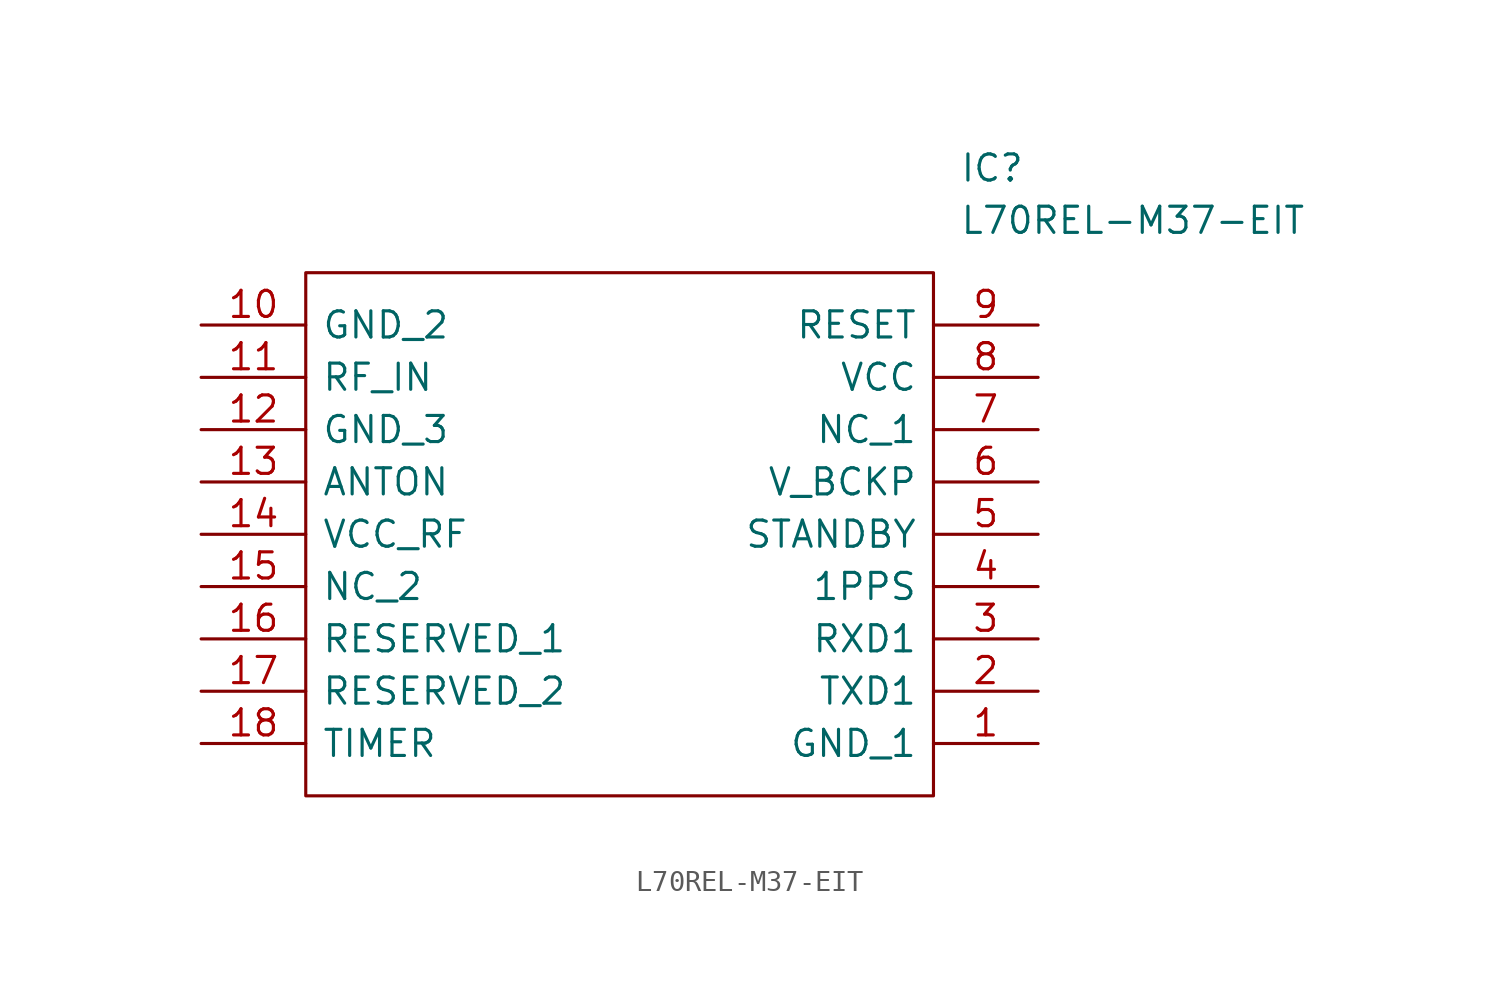
<source format=kicad_sym>
(kicad_symbol_lib
  (version 20211014)
  (generator kicad_symbol_editor)
  (symbol "L70REL-M37-EIT"
    (pin_names
      (offset 0.762))
    (property "Reference" "IC"
      (at 36.83 7.62 0)
      (effects (font (size 1.27 1.27)) (justify left)))
    (property "Value" "L70REL-M37-EIT"
      (at 36.83 5.08 0)
      (effects (font (size 1.27 1.27)) (justify left)))
    (symbol "L70REL-M37-EIT_0_0"
      (pin passive line (at 40.64 -20.32 180) (length 5.08) (name "GND_1" (effects (font (size 1.27 1.27)))) (number "1" (effects (font (size 1.27 1.27)))))
      (pin passive line (at 0 0 0) (length 5.08) (name "GND_2" (effects (font (size 1.27 1.27)))) (number "10" (effects (font (size 1.27 1.27)))))
      (pin passive line (at 0 -2.54 0) (length 5.08) (name "RF_IN" (effects (font (size 1.27 1.27)))) (number "11" (effects (font (size 1.27 1.27)))))
      (pin passive line (at 0 -5.08 0) (length 5.08) (name "GND_3" (effects (font (size 1.27 1.27)))) (number "12" (effects (font (size 1.27 1.27)))))
      (pin passive line (at 0 -7.62 0) (length 5.08) (name "ANTON" (effects (font (size 1.27 1.27)))) (number "13" (effects (font (size 1.27 1.27)))))
      (pin passive line (at 0 -10.16 0) (length 5.08) (name "VCC_RF" (effects (font (size 1.27 1.27)))) (number "14" (effects (font (size 1.27 1.27)))))
      (pin passive line (at 0 -12.7 0) (length 5.08) (name "NC_2" (effects (font (size 1.27 1.27)))) (number "15" (effects (font (size 1.27 1.27)))))
      (pin passive line (at 0 -15.24 0) (length 5.08) (name "RESERVED_1" (effects (font (size 1.27 1.27)))) (number "16" (effects (font (size 1.27 1.27)))))
      (pin passive line (at 0 -17.78 0) (length 5.08) (name "RESERVED_2" (effects (font (size 1.27 1.27)))) (number "17" (effects (font (size 1.27 1.27)))))
      (pin passive line (at 0 -20.32 0) (length 5.08) (name "TIMER" (effects (font (size 1.27 1.27)))) (number "18" (effects (font (size 1.27 1.27)))))
      (pin passive line (at 40.64 -17.78 180) (length 5.08) (name "TXD1" (effects (font (size 1.27 1.27)))) (number "2" (effects (font (size 1.27 1.27)))))
      (pin passive line (at 40.64 -15.24 180) (length 5.08) (name "RXD1" (effects (font (size 1.27 1.27)))) (number "3" (effects (font (size 1.27 1.27)))))
      (pin passive line (at 40.64 -12.7 180) (length 5.08) (name "1PPS" (effects (font (size 1.27 1.27)))) (number "4" (effects (font (size 1.27 1.27)))))
      (pin passive line (at 40.64 -10.16 180) (length 5.08) (name "STANDBY" (effects (font (size 1.27 1.27)))) (number "5" (effects (font (size 1.27 1.27)))))
      (pin passive line (at 40.64 -7.62 180) (length 5.08) (name "V_BCKP" (effects (font (size 1.27 1.27)))) (number "6" (effects (font (size 1.27 1.27)))))
      (pin passive line (at 40.64 -5.08 180) (length 5.08) (name "NC_1" (effects (font (size 1.27 1.27)))) (number "7" (effects (font (size 1.27 1.27)))))
      (pin passive line (at 40.64 -2.54 180) (length 5.08) (name "VCC" (effects (font (size 1.27 1.27)))) (number "8" (effects (font (size 1.27 1.27)))))
      (pin passive line (at 40.64 0 180) (length 5.08) (name "RESET" (effects (font (size 1.27 1.27)))) (number "9" (effects (font (size 1.27 1.27))))))
    (symbol "L70REL-M37-EIT_0_1"
      (polyline (pts (xy 5.08 2.54) (xy 35.56 2.54) (xy 35.56 -22.86) (xy 5.08 -22.86) (xy 5.08 2.54)) (stroke (width 0.152) (type default) (color 0 0 0 0)) (fill (type none))))))
</source>
